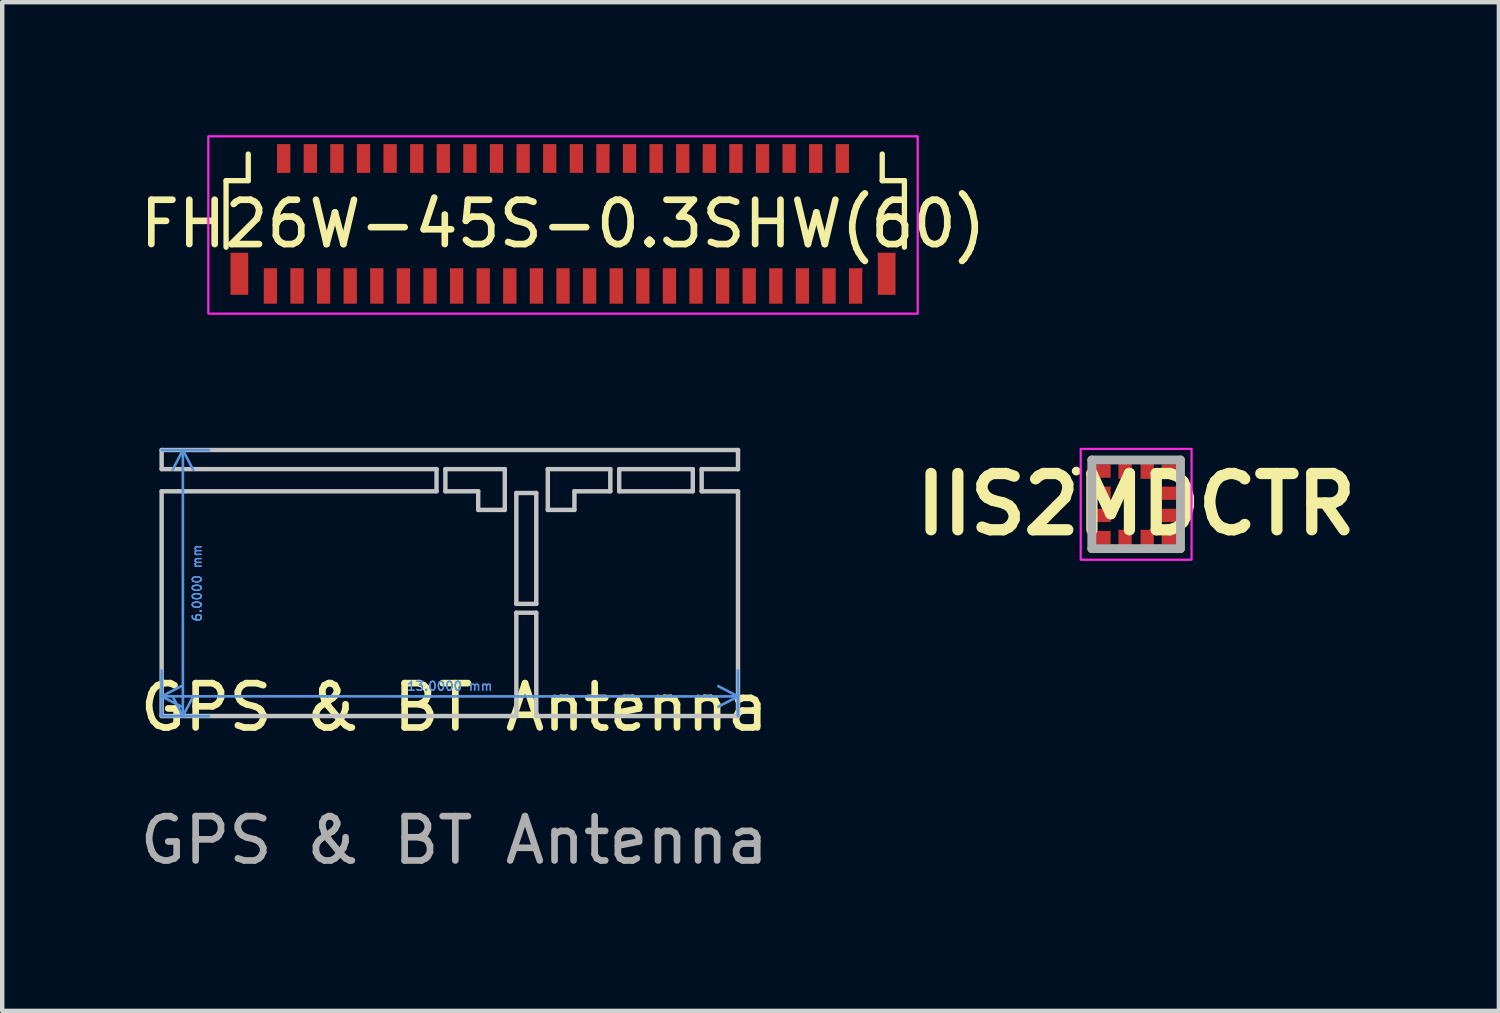
<source format=kicad_pcb>
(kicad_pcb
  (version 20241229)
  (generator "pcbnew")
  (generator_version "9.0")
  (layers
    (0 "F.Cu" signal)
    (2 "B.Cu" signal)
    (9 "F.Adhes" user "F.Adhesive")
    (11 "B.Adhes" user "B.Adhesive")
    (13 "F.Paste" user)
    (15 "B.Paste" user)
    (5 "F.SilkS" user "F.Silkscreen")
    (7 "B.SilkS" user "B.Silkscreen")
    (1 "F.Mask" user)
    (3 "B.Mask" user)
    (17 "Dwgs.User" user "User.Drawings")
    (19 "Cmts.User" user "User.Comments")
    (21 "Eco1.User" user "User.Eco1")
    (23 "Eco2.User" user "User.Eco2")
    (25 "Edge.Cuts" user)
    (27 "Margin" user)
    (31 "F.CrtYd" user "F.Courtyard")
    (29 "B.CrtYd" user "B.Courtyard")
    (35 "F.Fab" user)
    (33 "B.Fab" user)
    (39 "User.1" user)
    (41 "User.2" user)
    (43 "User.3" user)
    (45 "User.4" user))
  (footprint "GPS & BT Antenna"
    (layer "F.Cu")
    (at 7.196 13.403)
    (property "Reference" "GPS & BT Antenna" (at 0 -0.5 0) (unlocked yes) (layer "F.SilkS") (effects (font (size 1 1) (thickness 0.15))))
    (attr smd)
    (fp_line (start -6.6 -6.303) (end -6.6 -5.872) (stroke (width 0.1) (type solid)) (layer "Dwgs.User"))
    (fp_line (start -6.6 -5.872) (end -0.4 -5.872) (stroke (width 0.1) (type solid)) (layer "Dwgs.User"))
    (fp_line (start -6.6 -5.372) (end -6.6 -0.303) (stroke (width 0.1) (type solid)) (layer "Dwgs.User"))
    (fp_line (start -6.6 -0.303) (end 1.4 -0.303) (stroke (width 0.1) (type solid)) (layer "Dwgs.User"))
    (fp_line (start -0.4 -5.872) (end -0.4 -5.372) (stroke (width 0.1) (type solid)) (layer "Dwgs.User"))
    (fp_line (start -0.4 -5.372) (end -6.6 -5.372) (stroke (width 0.1) (type solid)) (layer "Dwgs.User"))
    (fp_line (start -0.2 -5.872) (end 1.14 -5.872) (stroke (width 0.1) (type solid)) (layer "Dwgs.User"))
    (fp_line (start -0.2 -5.372) (end -0.2 -5.872) (stroke (width 0.1) (type solid)) (layer "Dwgs.User"))
    (fp_line (start 0.54 -5.372) (end -0.2 -5.372) (stroke (width 0.1) (type solid)) (layer "Dwgs.User"))
    (fp_line (start 0.54 -4.952) (end 0.54 -5.372) (stroke (width 0.1) (type solid)) (layer "Dwgs.User"))
    (fp_line (start 1.14 -5.872) (end 1.14 -4.952) (stroke (width 0.1) (type solid)) (layer "Dwgs.User"))
    (fp_line (start 1.14 -4.952) (end 0.54 -4.952) (stroke (width 0.1) (type solid)) (layer "Dwgs.User"))
    (fp_line (start 1.4 -5.333) (end 1.85 -5.333) (stroke (width 0.1) (type solid)) (layer "Dwgs.User"))
    (fp_line (start 1.4 -2.833) (end 1.4 -5.333) (stroke (width 0.1) (type solid)) (layer "Dwgs.User"))
    (fp_line (start 1.4 -2.633) (end 1.85 -2.633) (stroke (width 0.1) (type solid)) (layer "Dwgs.User"))
    (fp_line (start 1.4 -0.303) (end 1.4 -2.633) (stroke (width 0.1) (type solid)) (layer "Dwgs.User"))
    (fp_line (start 1.85 -5.333) (end 1.85 -2.833) (stroke (width 0.1) (type solid)) (layer "Dwgs.User"))
    (fp_line (start 1.85 -2.833) (end 1.4 -2.833) (stroke (width 0.1) (type solid)) (layer "Dwgs.User"))
    (fp_line (start 1.85 -2.633) (end 1.85 -0.303) (stroke (width 0.1) (type solid)) (layer "Dwgs.User"))
    (fp_line (start 1.85 -0.303) (end 6.4 -0.303) (stroke (width 0.1) (type solid)) (layer "Dwgs.User"))
    (fp_line (start 2.11 -5.872) (end 3.52 -5.872) (stroke (width 0.1) (type solid)) (layer "Dwgs.User"))
    (fp_line (start 2.11 -4.952) (end 2.11 -5.872) (stroke (width 0.1) (type solid)) (layer "Dwgs.User"))
    (fp_line (start 2.71 -5.372) (end 2.71 -4.952) (stroke (width 0.1) (type solid)) (layer "Dwgs.User"))
    (fp_line (start 2.71 -4.952) (end 2.11 -4.952) (stroke (width 0.1) (type solid)) (layer "Dwgs.User"))
    (fp_line (start 3.52 -5.872) (end 3.52 -5.372) (stroke (width 0.1) (type solid)) (layer "Dwgs.User"))
    (fp_line (start 3.52 -5.372) (end 2.71 -5.372) (stroke (width 0.1) (type solid)) (layer "Dwgs.User"))
    (fp_line (start 3.72 -5.872) (end 5.38 -5.872) (stroke (width 0.1) (type solid)) (layer "Dwgs.User"))
    (fp_line (start 3.72 -5.372) (end 3.72 -5.872) (stroke (width 0.1) (type solid)) (layer "Dwgs.User"))
    (fp_line (start 5.38 -5.872) (end 5.38 -5.372) (stroke (width 0.1) (type solid)) (layer "Dwgs.User"))
    (fp_line (start 5.38 -5.372) (end 3.72 -5.372) (stroke (width 0.1) (type solid)) (layer "Dwgs.User"))
    (fp_line (start 5.58 -5.872) (end 6.4 -5.872) (stroke (width 0.1) (type solid)) (layer "Dwgs.User"))
    (fp_line (start 5.58 -5.372) (end 5.58 -5.872) (stroke (width 0.1) (type solid)) (layer "Dwgs.User"))
    (fp_line (start 6.4 -6.303) (end -6.6 -6.303) (stroke (width 0.1) (type solid)) (layer "Dwgs.User"))
    (fp_line (start 6.4 -5.872) (end 6.4 -6.303) (stroke (width 0.1) (type solid)) (layer "Dwgs.User"))
    (fp_line (start 6.4 -5.372) (end 5.58 -5.372) (stroke (width 0.1) (type solid)) (layer "Dwgs.User"))
    (fp_line (start 6.4 -0.303) (end 6.4 -5.372) (stroke (width 0.1) (type solid)) (layer "Dwgs.User"))
    (fp_text user "${REFERENCE}" (at 0 2.5 0) (unlocked yes) (layer "F.Fab") (effects (font (size 1 1) (thickness 0.15))))
    (dimension (type aligned) (layer "Cmts.User") (pts (xy 0.596 13.1) (xy 13.596 13.102)) (height -0.444) (format (prefix "") (suffix "") (units 3) (units_format 1) (precision 4)) (style (thickness 0.06) (arrow_length 0.5) (text_position_mode 0) (arrow_direction outward) (extension_height 0.586) (extension_offset 0) (keep_text_aligned yes)) (gr_text "13.0000 mm" (at 7.097 12.427 359.993) (layer "Cmts.User") (effects (font (size 0.2 0.2) (thickness 0.03)))))
    (dimension (type aligned) (layer "Cmts.User") (pts (xy 0.596 7.102) (xy 0.596 13.102)) (height -0.479) (format (prefix "") (suffix "") (units 3) (units_format 1) (precision 4)) (style (thickness 0.06) (arrow_length 0.5) (text_position_mode 2) (arrow_direction outward) (extension_height 0.586) (extension_offset 0) (keep_text_aligned yes)) (gr_text "6.0000 mm" (at 1.396 10.102 90) (layer "Cmts.User") (effects (font (size 0.2 0.2) (thickness 0.03)))))
    (zone (net_name "") (layer "F.Cu") (hatch edge 0.5) (connect_pads) (min_thickness 0.25) (filled_areas_thickness no) (keepout (tracks allowed) (vias allowed) (pads allowed) (copperpour not_allowed) (footprints allowed)) (placement (enabled no)) (fill) (polygon (pts (xy 8.596 13.103) (xy 9.046 13.103) (xy 9.046 10.753) (xy 8.596 10.753))))
    (zone (net_name "") (layers "F.Cu" "B.Cu" "F.SilkS") (hatch full 0.5) (connect_pads) (min_thickness 0.25) (filled_areas_thickness no) (keepout (tracks not_allowed) (vias not_allowed) (pads not_allowed) (copperpour not_allowed) (footprints not_allowed)) (placement (enabled no)) (fill) (polygon (pts (xy 0.596 7.103) (xy 13.596 7.103) (xy 13.596 7.533) (xy 0.596 7.533))))
    (zone (net_name "") (layers "F.Cu" "B.Cu" "F.SilkS") (hatch full 0.5) (connect_pads) (min_thickness 0.25) (filled_areas_thickness no) (keepout (tracks not_allowed) (vias not_allowed) (pads not_allowed) (copperpour not_allowed) (footprints not_allowed)) (placement (enabled no)) (fill) (polygon (pts (xy 0.596 8.033) (xy 7.736 8.033) (xy 7.736 8.453) (xy 8.596 8.453) (xy 8.596 13.103) (xy 0.596 13.103))))
    (zone (net_name "") (layers "F.Cu" "B.Cu" "F.SilkS") (hatch full 0.5) (connect_pads) (min_thickness 0.25) (filled_areas_thickness no) (keepout (tracks not_allowed) (vias not_allowed) (pads not_allowed) (copperpour not_allowed) (footprints not_allowed)) (placement (enabled no)) (fill) (polygon (pts (xy 9.046 8.453) (xy 9.906 8.453) (xy 9.906 8.033) (xy 13.596 8.033) (xy 13.596 13.103) (xy 9.046 13.103))))
    (zone (net_name "") (layer "In1.Cu") (hatch edge 0.5) (connect_pads) (min_thickness 0.25) (filled_areas_thickness no) (keepout (tracks allowed) (vias allowed) (pads allowed) (copperpour not_allowed) (footprints allowed)) (placement (enabled no)) (fill) (polygon (pts (xy 0.596 7.102) (xy 13.596 7.102) (xy 13.596 13.102) (xy 0.596 13.102)))))
  (footprint "IIS2MDCTR"
    (layer "F.Cu")
    (at 22.576 8.325)
    (property "Reference" "IIS2MDCTR" (at 0 0 0) (layer "F.SilkS") (effects (font (size 1.27 1.27) (thickness 0.254))))
    (attr smd)
    (fp_line (start -1.4 -0.75) (end -1.4 -0.75) (stroke (width 0.1) (type solid)) (layer "F.SilkS"))
    (fp_line (start -1.3 -0.75) (end -1.3 -0.75) (stroke (width 0.1) (type solid)) (layer "F.SilkS"))
    (fp_arc (start -1.4 -0.75) (mid -1.35 -0.8) (end -1.3 -0.75) (stroke (width 0.1) (type solid)) (layer "F.SilkS"))
    (fp_arc (start -1.3 -0.75) (mid -1.35 -0.7) (end -1.4 -0.75) (stroke (width 0.1) (type solid)) (layer "F.SilkS"))
    (fp_rect (start -1.25 -1.25) (end 1.25 1.25) (stroke (width 0.05) (type default)) (fill no) (layer "F.CrtYd"))
    (fp_line (start -1 -1) (end 1 -1) (stroke (width 0.2) (type solid)) (layer "F.Fab"))
    (fp_line (start -1 1) (end -1 -1) (stroke (width 0.2) (type solid)) (layer "F.Fab"))
    (fp_line (start 1 -1) (end 1 1) (stroke (width 0.2) (type solid)) (layer "F.Fab"))
    (fp_line (start 1 1) (end -1 1) (stroke (width 0.2) (type solid)) (layer "F.Fab"))
    (pad "1" smd rect (at -0.75 -0.75 90) (size 0.3 0.35) (layers "F.Cu" "F.Mask" "F.Paste"))
    (pad "2" smd rect (at -0.75 -0.25 90) (size 0.3 0.35) (layers "F.Cu" "F.Mask" "F.Paste"))
    (pad "3" smd rect (at -0.75 0.25 90) (size 0.3 0.35) (layers "F.Cu" "F.Mask" "F.Paste"))
    (pad "4" smd rect (at -0.75 0.75 90) (size 0.3 0.35) (layers "F.Cu" "F.Mask" "F.Paste"))
    (pad "5" smd rect (at -0.25 0.75) (size 0.3 0.35) (layers "F.Cu" "F.Mask" "F.Paste"))
    (pad "6" smd rect (at 0.25 0.75) (size 0.3 0.35) (layers "F.Cu" "F.Mask" "F.Paste"))
    (pad "7" smd rect (at 0.75 0.75 90) (size 0.3 0.35) (layers "F.Cu" "F.Mask" "F.Paste"))
    (pad "8" smd rect (at 0.75 0.25 90) (size 0.3 0.35) (layers "F.Cu" "F.Mask" "F.Paste"))
    (pad "9" smd rect (at 0.75 -0.25 90) (size 0.3 0.35) (layers "F.Cu" "F.Mask" "F.Paste"))
    (pad "10" smd rect (at 0.75 -0.75 90) (size 0.3 0.35) (layers "F.Cu" "F.Mask" "F.Paste"))
    (pad "11" smd rect (at 0.25 -0.75) (size 0.3 0.35) (layers "F.Cu" "F.Mask" "F.Paste"))
    (pad "12" smd rect (at -0.25 -0.75) (size 0.3 0.35) (layers "F.Cu" "F.Mask" "F.Paste")))
  (footprint "FH26W-45S-0.3SHW(60)"
    (layer "F.Cu")
    (at 9.649 0.525)
    (property "Reference" "FH26W-45S-0.3SHW(60)" (at 0 1.475 0) (layer "F.SilkS") (effects (font (size 1 1) (thickness 0.15))))
    (attr smd)
    (fp_line (start -7.6 0.5) (end -7.1 0.5) (stroke (width 0.12) (type default)) (layer "F.SilkS"))
    (fp_line (start -7.6 2) (end -7.6 0.5) (stroke (width 0.12) (type default)) (layer "F.SilkS"))
    (fp_line (start -7.1 0.5) (end -7.1 -0.1) (stroke (width 0.12) (type default)) (layer "F.SilkS"))
    (fp_line (start 7.2 0.5) (end 7.2 -0.1) (stroke (width 0.12) (type default)) (layer "F.SilkS"))
    (fp_line (start 7.7 0.5) (end 7.2 0.5) (stroke (width 0.12) (type default)) (layer "F.SilkS"))
    (fp_line (start 7.7 2) (end 7.7 0.5) (stroke (width 0.12) (type default)) (layer "F.SilkS"))
    (fp_rect (start -8 -0.5) (end 8 3.5) (stroke (width 0.05) (type default)) (fill no) (layer "F.CrtYd"))
    (pad "1" smd rect (at -6.6 2.875) (size 0.3 0.8) (layers "F.Cu" "F.Mask" "F.Paste"))
    (pad "2" smd rect (at -6.3 0) (size 0.3 0.65) (layers "F.Cu" "F.Mask" "F.Paste"))
    (pad "3" smd rect (at -6 2.875) (size 0.3 0.8) (layers "F.Cu" "F.Mask" "F.Paste"))
    (pad "4" smd rect (at -5.7 0) (size 0.3 0.65) (layers "F.Cu" "F.Mask" "F.Paste"))
    (pad "5" smd rect (at -5.4 2.875) (size 0.3 0.8) (layers "F.Cu" "F.Mask" "F.Paste"))
    (pad "6" smd rect (at -5.1 0) (size 0.3 0.65) (layers "F.Cu" "F.Mask" "F.Paste"))
    (pad "7" smd rect (at -4.8 2.875) (size 0.3 0.8) (layers "F.Cu" "F.Mask" "F.Paste"))
    (pad "8" smd rect (at -4.5 0) (size 0.3 0.65) (layers "F.Cu" "F.Mask" "F.Paste"))
    (pad "9" smd rect (at -4.2 2.875) (size 0.3 0.8) (layers "F.Cu" "F.Mask" "F.Paste"))
    (pad "10" smd rect (at -3.9 0) (size 0.3 0.65) (layers "F.Cu" "F.Mask" "F.Paste"))
    (pad "11" smd rect (at -3.6 2.875) (size 0.3 0.8) (layers "F.Cu" "F.Mask" "F.Paste"))
    (pad "12" smd rect (at -3.3 0) (size 0.3 0.65) (layers "F.Cu" "F.Mask" "F.Paste"))
    (pad "13" smd rect (at -3 2.875) (size 0.3 0.8) (layers "F.Cu" "F.Mask" "F.Paste"))
    (pad "14" smd rect (at -2.7 0) (size 0.3 0.65) (layers "F.Cu" "F.Mask" "F.Paste"))
    (pad "15" smd rect (at -2.4 2.875) (size 0.3 0.8) (layers "F.Cu" "F.Mask" "F.Paste"))
    (pad "16" smd rect (at -2.1 0) (size 0.3 0.65) (layers "F.Cu" "F.Mask" "F.Paste"))
    (pad "17" smd rect (at -1.8 2.875) (size 0.3 0.8) (layers "F.Cu" "F.Mask" "F.Paste"))
    (pad "18" smd rect (at -1.5 0) (size 0.3 0.65) (layers "F.Cu" "F.Mask" "F.Paste"))
    (pad "19" smd rect (at -1.2 2.875) (size 0.3 0.8) (layers "F.Cu" "F.Mask" "F.Paste"))
    (pad "20" smd rect (at -0.9 0) (size 0.3 0.65) (layers "F.Cu" "F.Mask" "F.Paste"))
    (pad "21" smd rect (at -0.6 2.875) (size 0.3 0.8) (layers "F.Cu" "F.Mask" "F.Paste"))
    (pad "22" smd rect (at -0.3 0) (size 0.3 0.65) (layers "F.Cu" "F.Mask" "F.Paste"))
    (pad "23" smd rect (at 0 2.875) (size 0.3 0.8) (layers "F.Cu" "F.Mask" "F.Paste"))
    (pad "24" smd rect (at 0.3 0) (size 0.3 0.65) (layers "F.Cu" "F.Mask" "F.Paste"))
    (pad "25" smd rect (at 0.6 2.875) (size 0.3 0.8) (layers "F.Cu" "F.Mask" "F.Paste"))
    (pad "26" smd rect (at 0.9 0) (size 0.3 0.65) (layers "F.Cu" "F.Mask" "F.Paste"))
    (pad "27" smd rect (at 1.2 2.875) (size 0.3 0.8) (layers "F.Cu" "F.Mask" "F.Paste"))
    (pad "28" smd rect (at 1.5 0) (size 0.3 0.65) (layers "F.Cu" "F.Mask" "F.Paste"))
    (pad "29" smd rect (at 1.8 2.875) (size 0.3 0.8) (layers "F.Cu" "F.Mask" "F.Paste"))
    (pad "30" smd rect (at 2.1 0) (size 0.3 0.65) (layers "F.Cu" "F.Mask" "F.Paste"))
    (pad "31" smd rect (at 2.4 2.875) (size 0.3 0.8) (layers "F.Cu" "F.Mask" "F.Paste"))
    (pad "32" smd rect (at 2.7 0) (size 0.3 0.65) (layers "F.Cu" "F.Mask" "F.Paste"))
    (pad "33" smd rect (at 3 2.875) (size 0.3 0.8) (layers "F.Cu" "F.Mask" "F.Paste"))
    (pad "34" smd rect (at 3.3 0) (size 0.3 0.65) (layers "F.Cu" "F.Mask" "F.Paste"))
    (pad "35" smd rect (at 3.6 2.875) (size 0.3 0.8) (layers "F.Cu" "F.Mask" "F.Paste"))
    (pad "36" smd rect (at 3.9 0) (size 0.3 0.65) (layers "F.Cu" "F.Mask" "F.Paste"))
    (pad "37" smd rect (at 4.2 2.875) (size 0.3 0.8) (layers "F.Cu" "F.Mask" "F.Paste"))
    (pad "38" smd rect (at 4.5 0) (size 0.3 0.65) (layers "F.Cu" "F.Mask" "F.Paste"))
    (pad "39" smd rect (at 4.8 2.875) (size 0.3 0.8) (layers "F.Cu" "F.Mask" "F.Paste"))
    (pad "40" smd rect (at 5.1 0) (size 0.3 0.65) (layers "F.Cu" "F.Mask" "F.Paste"))
    (pad "41" smd rect (at 5.4 2.875) (size 0.3 0.8) (layers "F.Cu" "F.Mask" "F.Paste"))
    (pad "42" smd rect (at 5.7 0) (size 0.3 0.65) (layers "F.Cu" "F.Mask" "F.Paste"))
    (pad "43" smd rect (at 6 2.875) (size 0.3 0.8) (layers "F.Cu" "F.Mask" "F.Paste"))
    (pad "44" smd rect (at 6.3 0) (size 0.3 0.65) (layers "F.Cu" "F.Mask" "F.Paste"))
    (pad "45" smd rect (at 6.6 2.875) (size 0.3 0.8) (layers "F.Cu" "F.Mask" "F.Paste"))
    (pad "46" smd rect (at -7.3 2.6) (size 0.4 0.95) (layers "F.Cu" "F.Mask" "F.Paste"))
    (pad "47" smd rect (at 7.3 2.6) (size 0.4 0.95) (layers "F.Cu" "F.Mask" "F.Paste")))
  (gr_rect
    (start -3 -3)
    (end 30.758 19.751)
    (stroke (width 0.1) (type default))
    (fill no)
    (layer "Edge.Cuts")))
</source>
